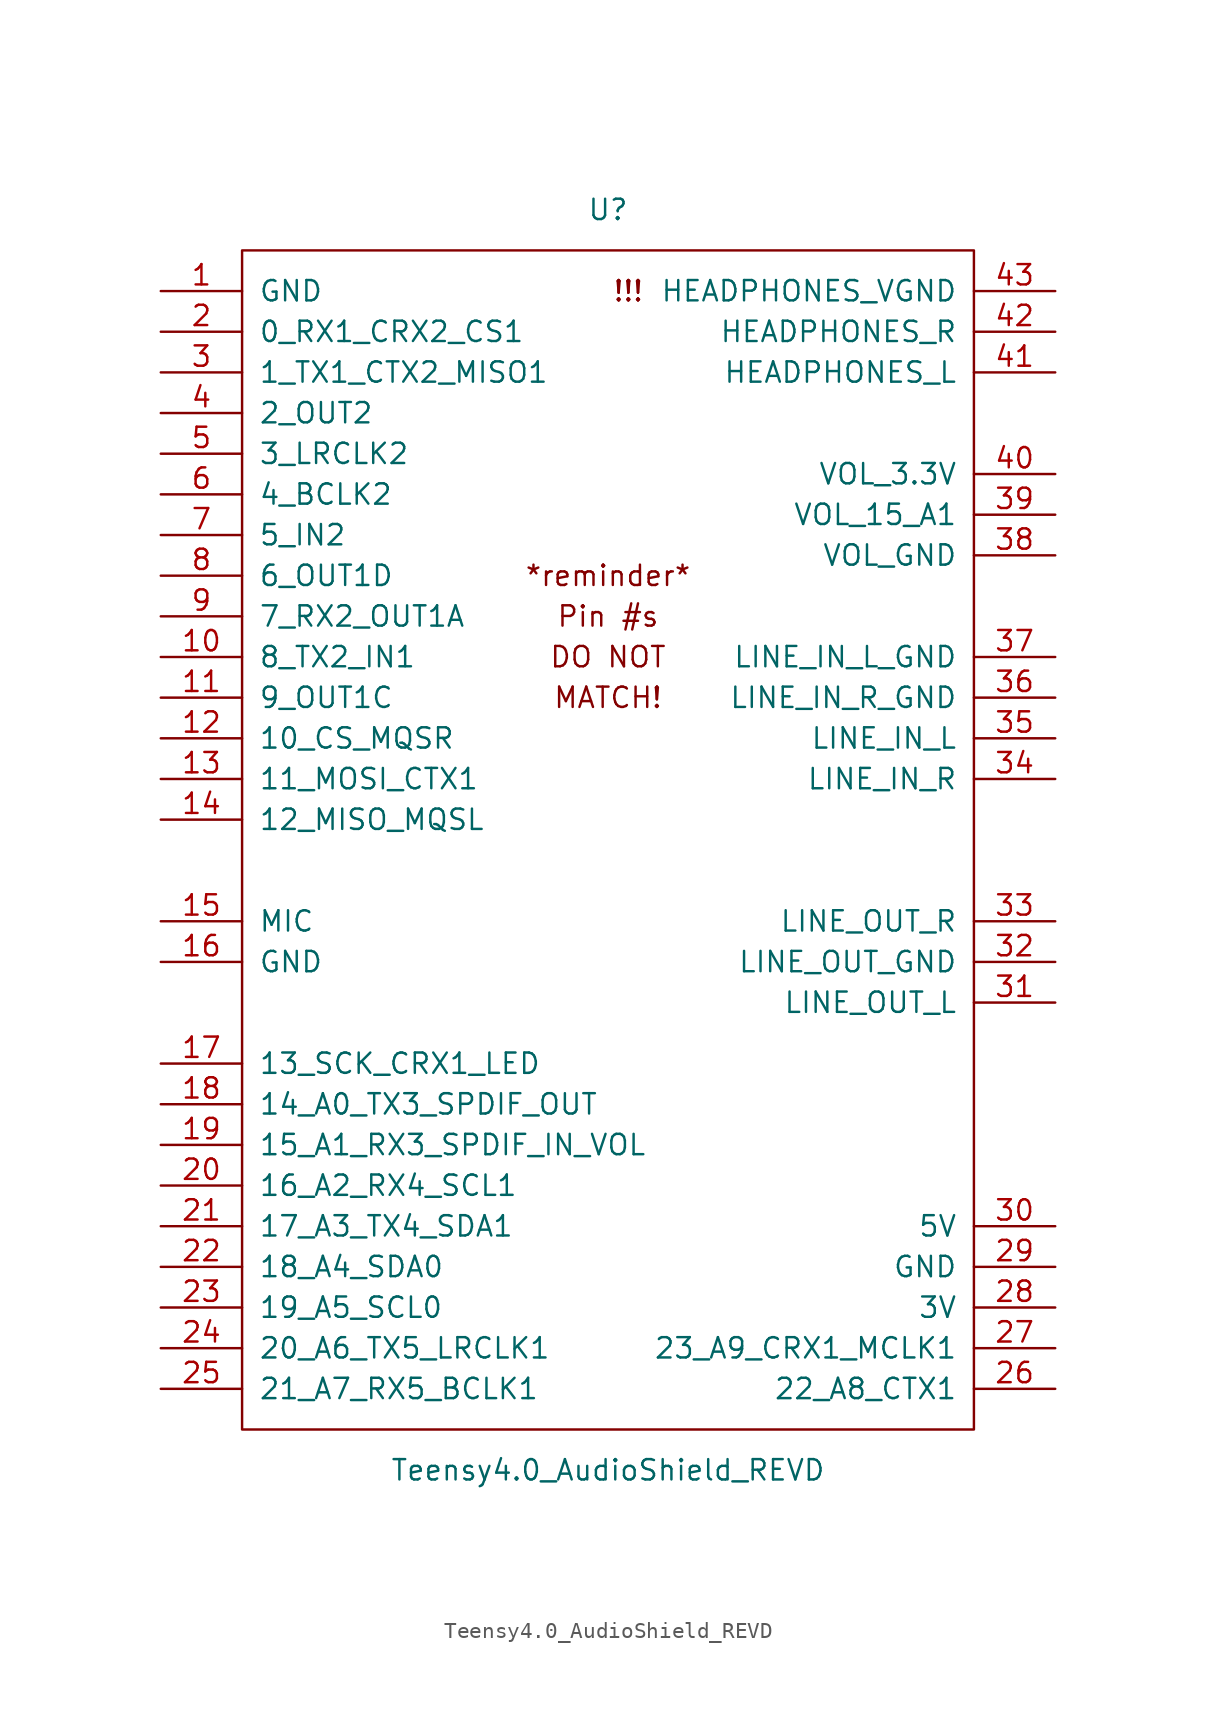
<source format=kicad_sym>
(kicad_symbol_lib
  (version 20211014)
  (generator kicad_symbol_editor)
  (symbol "Teensy4.0_AudioShield_REVD"
    (pin_names
      (offset 1.016))
    (property "Reference" "U"
      (at 0 39.37 0)
      (effects (font (size 1.27 1.27))))
    (property "Value" "Teensy4.0_AudioShield_REVD"
      (at 0 -39.37 0)
      (effects (font (size 1.27 1.27))))
    (symbol "Teensy4.0_AudioShield_REVD_0_0"
      (text "!!!" (at 1.27 34.29 0) (effects (font (size 1.27 1.27))))
      (text "*reminder*" (at 0 16.51 0) (effects (font (size 1.27 1.27))))
      (text "DO NOT" (at 0 11.43 0) (effects (font (size 1.27 1.27))))
      (text "MATCH!" (at 0 8.89 0) (effects (font (size 1.27 1.27))))
      (text "Pin #s" (at 0 13.97 0) (effects (font (size 1.27 1.27))))
      (pin bidirectional line (at -27.94 11.43 0) (length 5.08) (name "8_TX2_IN1" (effects (font (size 1.27 1.27)))) (number "10" (effects (font (size 1.27 1.27)))))
      (pin bidirectional line (at -27.94 8.89 0) (length 5.08) (name "9_OUT1C" (effects (font (size 1.27 1.27)))) (number "11" (effects (font (size 1.27 1.27)))))
      (pin bidirectional line (at -27.94 6.35 0) (length 5.08) (name "10_CS_MQSR" (effects (font (size 1.27 1.27)))) (number "12" (effects (font (size 1.27 1.27)))))
      (pin bidirectional line (at -27.94 3.81 0) (length 5.08) (name "11_MOSI_CTX1" (effects (font (size 1.27 1.27)))) (number "13" (effects (font (size 1.27 1.27)))))
      (pin bidirectional line (at -27.94 1.27 0) (length 5.08) (name "12_MISO_MQSL" (effects (font (size 1.27 1.27)))) (number "14" (effects (font (size 1.27 1.27)))))
      (pin bidirectional line (at -27.94 -5.08 0) (length 5.08) (name "MIC" (effects (font (size 1.27 1.27)))) (number "15" (effects (font (size 1.27 1.27)))))
      (pin power_in line (at -27.94 -7.62 0) (length 5.08) (name "GND" (effects (font (size 1.27 1.27)))) (number "16" (effects (font (size 1.27 1.27)))))
      (pin bidirectional line (at -27.94 -13.97 0) (length 5.08) (name "13_SCK_CRX1_LED" (effects (font (size 1.27 1.27)))) (number "17" (effects (font (size 1.27 1.27)))))
      (pin bidirectional line (at -27.94 -16.51 0) (length 5.08) (name "14_A0_TX3_SPDIF_OUT" (effects (font (size 1.27 1.27)))) (number "18" (effects (font (size 1.27 1.27)))))
      (pin bidirectional line (at -27.94 -19.05 0) (length 5.08) (name "15_A1_RX3_SPDIF_IN_VOL" (effects (font (size 1.27 1.27)))) (number "19" (effects (font (size 1.27 1.27)))))
      (pin bidirectional line (at -27.94 -21.59 0) (length 5.08) (name "16_A2_RX4_SCL1" (effects (font (size 1.27 1.27)))) (number "20" (effects (font (size 1.27 1.27)))))
      (pin bidirectional line (at -27.94 -24.13 0) (length 5.08) (name "17_A3_TX4_SDA1" (effects (font (size 1.27 1.27)))) (number "21" (effects (font (size 1.27 1.27)))))
      (pin bidirectional line (at -27.94 -26.67 0) (length 5.08) (name "18_A4_SDA0" (effects (font (size 1.27 1.27)))) (number "22" (effects (font (size 1.27 1.27)))))
      (pin bidirectional line (at -27.94 -29.21 0) (length 5.08) (name "19_A5_SCL0" (effects (font (size 1.27 1.27)))) (number "23" (effects (font (size 1.27 1.27)))))
      (pin bidirectional line (at -27.94 -31.75 0) (length 5.08) (name "20_A6_TX5_LRCLK1" (effects (font (size 1.27 1.27)))) (number "24" (effects (font (size 1.27 1.27)))))
      (pin bidirectional line (at -27.94 -34.29 0) (length 5.08) (name "21_A7_RX5_BCLK1" (effects (font (size 1.27 1.27)))) (number "25" (effects (font (size 1.27 1.27)))))
      (pin bidirectional line (at 27.94 -34.29 180) (length 5.08) (name "22_A8_CTX1" (effects (font (size 1.27 1.27)))) (number "26" (effects (font (size 1.27 1.27)))))
      (pin bidirectional line (at 27.94 -31.75 180) (length 5.08) (name "23_A9_CRX1_MCLK1" (effects (font (size 1.27 1.27)))) (number "27" (effects (font (size 1.27 1.27)))))
      (pin power_out line (at 27.94 -29.21 180) (length 5.08) (name "3V" (effects (font (size 1.27 1.27)))) (number "28" (effects (font (size 1.27 1.27)))))
      (pin power_in line (at 27.94 -26.67 180) (length 5.08) (name "GND" (effects (font (size 1.27 1.27)))) (number "29" (effects (font (size 1.27 1.27)))))
      (pin power_out line (at 27.94 -24.13 180) (length 5.08) (name "5V" (effects (font (size 1.27 1.27)))) (number "30" (effects (font (size 1.27 1.27)))))
      (pin bidirectional line (at 27.94 -10.16 180) (length 5.08) (name "LINE_OUT_L" (effects (font (size 1.27 1.27)))) (number "31" (effects (font (size 1.27 1.27)))))
      (pin power_in line (at 27.94 -7.62 180) (length 5.08) (name "LINE_OUT_GND" (effects (font (size 1.27 1.27)))) (number "32" (effects (font (size 1.27 1.27)))))
      (pin bidirectional line (at 27.94 -5.08 180) (length 5.08) (name "LINE_OUT_R" (effects (font (size 1.27 1.27)))) (number "33" (effects (font (size 1.27 1.27)))))
      (pin bidirectional line (at 27.94 3.81 180) (length 5.08) (name "LINE_IN_R" (effects (font (size 1.27 1.27)))) (number "34" (effects (font (size 1.27 1.27)))))
      (pin bidirectional line (at 27.94 6.35 180) (length 5.08) (name "LINE_IN_L" (effects (font (size 1.27 1.27)))) (number "35" (effects (font (size 1.27 1.27)))))
      (pin power_in line (at 27.94 8.89 180) (length 5.08) (name "LINE_IN_R_GND" (effects (font (size 1.27 1.27)))) (number "36" (effects (font (size 1.27 1.27)))))
      (pin power_in line (at 27.94 11.43 180) (length 5.08) (name "LINE_IN_L_GND" (effects (font (size 1.27 1.27)))) (number "37" (effects (font (size 1.27 1.27)))))
      (pin bidirectional line (at 27.94 17.78 180) (length 5.08) (name "VOL_GND" (effects (font (size 1.27 1.27)))) (number "38" (effects (font (size 1.27 1.27)))))
      (pin bidirectional line (at 27.94 20.32 180) (length 5.08) (name "VOL_15_A1" (effects (font (size 1.27 1.27)))) (number "39" (effects (font (size 1.27 1.27)))))
      (pin bidirectional line (at 27.94 22.86 180) (length 5.08) (name "VOL_3.3V" (effects (font (size 1.27 1.27)))) (number "40" (effects (font (size 1.27 1.27)))))
      (pin bidirectional line (at 27.94 29.21 180) (length 5.08) (name "HEADPHONES_L" (effects (font (size 1.27 1.27)))) (number "41" (effects (font (size 1.27 1.27)))))
      (pin bidirectional line (at 27.94 31.75 180) (length 5.08) (name "HEADPHONES_R" (effects (font (size 1.27 1.27)))) (number "42" (effects (font (size 1.27 1.27)))))
      (pin power_in line (at 27.94 34.29 180) (length 5.08) (name "HEADPHONES_VGND" (effects (font (size 1.27 1.27)))) (number "43" (effects (font (size 1.27 1.27)))))
      (pin bidirectional line (at -27.94 24.13 0) (length 5.08) (name "3_LRCLK2" (effects (font (size 1.27 1.27)))) (number "5" (effects (font (size 1.27 1.27)))))
      (pin bidirectional line (at -27.94 21.59 0) (length 5.08) (name "4_BCLK2" (effects (font (size 1.27 1.27)))) (number "6" (effects (font (size 1.27 1.27)))))
      (pin bidirectional line (at -27.94 19.05 0) (length 5.08) (name "5_IN2" (effects (font (size 1.27 1.27)))) (number "7" (effects (font (size 1.27 1.27)))))
      (pin bidirectional line (at -27.94 16.51 0) (length 5.08) (name "6_OUT1D" (effects (font (size 1.27 1.27)))) (number "8" (effects (font (size 1.27 1.27)))))
      (pin bidirectional line (at -27.94 13.97 0) (length 5.08) (name "7_RX2_OUT1A" (effects (font (size 1.27 1.27)))) (number "9" (effects (font (size 1.27 1.27))))))
    (symbol "Teensy4.0_AudioShield_REVD_0_1"
      (rectangle (start -22.86 36.83) (end 22.86 -36.83) (stroke (width 0) (type default) (color 0 0 0 0)) (fill (type none)))
      (rectangle (start -20.32 -31.75) (end -20.32 -31.75) (stroke (width 0) (type default) (color 0 0 0 0)) (fill (type none))))
    (symbol "Teensy4.0_AudioShield_REVD_1_1"
      (pin power_in line (at -27.94 34.29 0) (length 5.08) (name "GND" (effects (font (size 1.27 1.27)))) (number "1" (effects (font (size 1.27 1.27)))))
      (pin bidirectional line (at -27.94 31.75 0) (length 5.08) (name "0_RX1_CRX2_CS1" (effects (font (size 1.27 1.27)))) (number "2" (effects (font (size 1.27 1.27)))))
      (pin bidirectional line (at -27.94 29.21 0) (length 5.08) (name "1_TX1_CTX2_MISO1" (effects (font (size 1.27 1.27)))) (number "3" (effects (font (size 1.27 1.27)))))
      (pin bidirectional line (at -27.94 26.67 0) (length 5.08) (name "2_OUT2" (effects (font (size 1.27 1.27)))) (number "4" (effects (font (size 1.27 1.27))))))))
</source>
